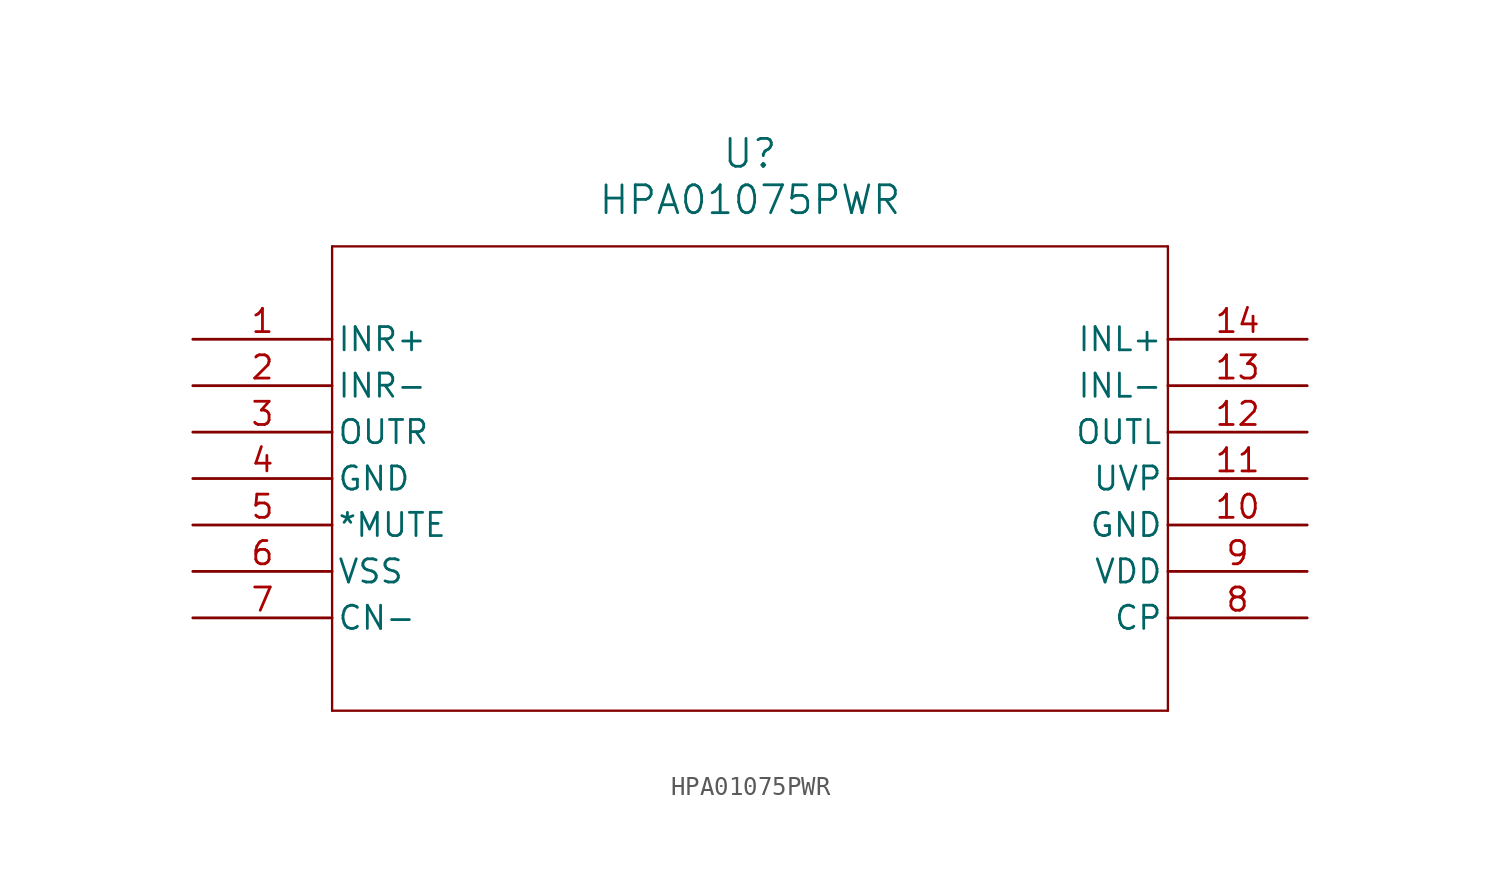
<source format=kicad_sym>
(kicad_symbol_lib
  (version 20211014)
  (generator kicad_symbol_editor)
  (symbol "HPA01075PWR"
    (pin_names
      (offset 0.254))
    (property "Reference" "U"
      (at 30.48 10.16 0)
      (effects (font (size 1.524 1.524))))
    (property "Value" "HPA01075PWR"
      (at 30.48 7.62 0)
      (effects (font (size 1.524 1.524))))
    (symbol "HPA01075PWR_0_1"
      (polyline (pts (xy 7.62 5.08) (xy 7.62 -20.32)) (stroke (width 0.127) (type default) (color 0 0 0 0)) (fill (type none)))
      (polyline (pts (xy 7.62 -20.32) (xy 53.34 -20.32)) (stroke (width 0.127) (type default) (color 0 0 0 0)) (fill (type none)))
      (polyline (pts (xy 53.34 -20.32) (xy 53.34 5.08)) (stroke (width 0.127) (type default) (color 0 0 0 0)) (fill (type none)))
      (polyline (pts (xy 53.34 5.08) (xy 7.62 5.08)) (stroke (width 0.127) (type default) (color 0 0 0 0)) (fill (type none)))
      (pin input line (at 0 0 0) (length 7.62) (name "INR+" (effects (font (size 1.27 1.27)))) (number "1" (effects (font (size 1.27 1.27)))))
      (pin input line (at 0 -2.54 0) (length 7.62) (name "INR-" (effects (font (size 1.27 1.27)))) (number "2" (effects (font (size 1.27 1.27)))))
      (pin output line (at 0 -5.08 0) (length 7.62) (name "OUTR" (effects (font (size 1.27 1.27)))) (number "3" (effects (font (size 1.27 1.27)))))
      (pin power_in line (at 0 -7.62 0) (length 7.62) (name "GND" (effects (font (size 1.27 1.27)))) (number "4" (effects (font (size 1.27 1.27)))))
      (pin input line (at 0 -10.16 0) (length 7.62) (name "*MUTE" (effects (font (size 1.27 1.27)))) (number "5" (effects (font (size 1.27 1.27)))))
      (pin power_in line (at 0 -12.7 0) (length 7.62) (name "VSS" (effects (font (size 1.27 1.27)))) (number "6" (effects (font (size 1.27 1.27)))))
      (pin bidirectional line (at 0 -15.24 0) (length 7.62) (name "CN-" (effects (font (size 1.27 1.27)))) (number "7" (effects (font (size 1.27 1.27)))))
      (pin bidirectional line (at 60.96 -15.24 180) (length 7.62) (name "CP" (effects (font (size 1.27 1.27)))) (number "8" (effects (font (size 1.27 1.27)))))
      (pin power_in line (at 60.96 -12.7 180) (length 7.62) (name "VDD" (effects (font (size 1.27 1.27)))) (number "9" (effects (font (size 1.27 1.27)))))
      (pin power_in line (at 60.96 -10.16 180) (length 7.62) (name "GND" (effects (font (size 1.27 1.27)))) (number "10" (effects (font (size 1.27 1.27)))))
      (pin input line (at 60.96 -7.62 180) (length 7.62) (name "UVP" (effects (font (size 1.27 1.27)))) (number "11" (effects (font (size 1.27 1.27)))))
      (pin output line (at 60.96 -5.08 180) (length 7.62) (name "OUTL" (effects (font (size 1.27 1.27)))) (number "12" (effects (font (size 1.27 1.27)))))
      (pin input line (at 60.96 -2.54 180) (length 7.62) (name "INL-" (effects (font (size 1.27 1.27)))) (number "13" (effects (font (size 1.27 1.27)))))
      (pin input line (at 60.96 0 180) (length 7.62) (name "INL+" (effects (font (size 1.27 1.27)))) (number "14" (effects (font (size 1.27 1.27))))))))
</source>
